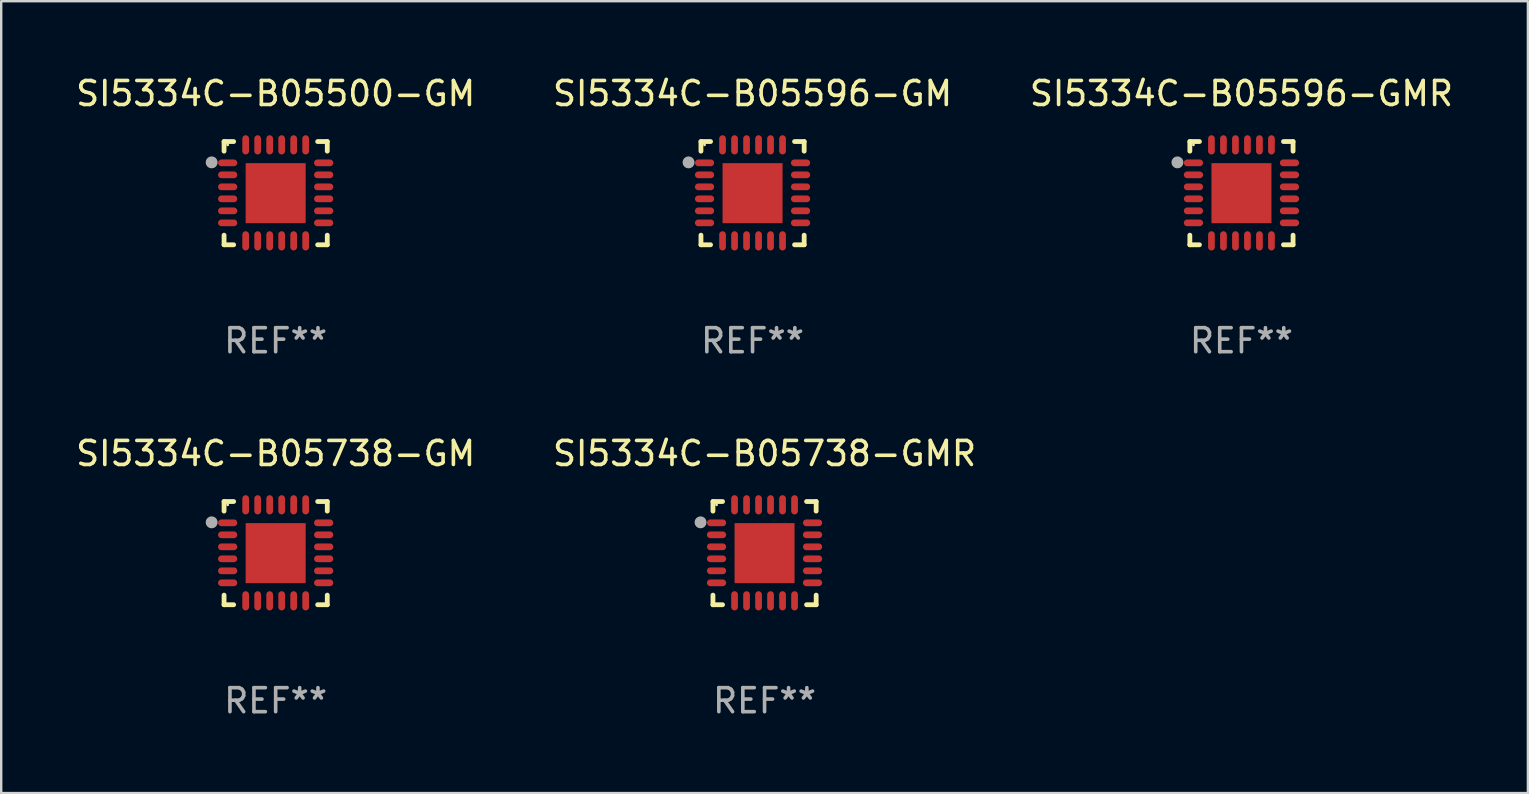
<source format=kicad_pcb>
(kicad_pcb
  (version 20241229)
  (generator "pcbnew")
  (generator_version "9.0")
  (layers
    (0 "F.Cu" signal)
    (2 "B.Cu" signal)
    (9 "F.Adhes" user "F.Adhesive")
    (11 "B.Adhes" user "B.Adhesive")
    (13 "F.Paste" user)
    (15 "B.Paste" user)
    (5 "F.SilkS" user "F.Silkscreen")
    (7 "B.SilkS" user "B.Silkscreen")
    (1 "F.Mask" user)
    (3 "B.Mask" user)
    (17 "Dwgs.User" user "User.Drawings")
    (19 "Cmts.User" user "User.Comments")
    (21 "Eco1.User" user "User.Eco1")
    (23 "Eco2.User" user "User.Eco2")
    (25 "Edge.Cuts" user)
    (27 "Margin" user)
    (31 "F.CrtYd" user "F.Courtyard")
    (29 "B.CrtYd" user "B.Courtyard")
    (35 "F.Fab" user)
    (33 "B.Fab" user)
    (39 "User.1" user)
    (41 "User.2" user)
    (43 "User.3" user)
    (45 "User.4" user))
  (footprint "SI5334C-B05596-GMR"
    (layer "F.Cu")
    (at 48.673 4.998)
    (property "Reference" "SI5334C-B05596-GMR" (at 0 -4.15 0) (layer "F.SilkS") (effects (font (size 1 1) (thickness 0.15))))
    (attr through_hole)
    (fp_line (start -2.15 -2.15) (end -1.75 -2.15) (stroke (width 0.2) (type solid)) (layer "F.SilkS"))
    (fp_line (start -2.15 -1.75) (end -2.15 -2.15) (stroke (width 0.2) (type solid)) (layer "F.SilkS"))
    (fp_line (start -2.15 2.15) (end -2.15 1.75) (stroke (width 0.2) (type solid)) (layer "F.SilkS"))
    (fp_line (start -1.75 2.15) (end -2.15 2.15) (stroke (width 0.2) (type solid)) (layer "F.SilkS"))
    (fp_line (start 1.75 -2.15) (end 2.15 -2.15) (stroke (width 0.2) (type solid)) (layer "F.SilkS"))
    (fp_line (start 1.75 2.15) (end 2.15 2.15) (stroke (width 0.2) (type solid)) (layer "F.SilkS"))
    (fp_line (start 2.15 -2.15) (end 2.15 -1.75) (stroke (width 0.2) (type solid)) (layer "F.SilkS"))
    (fp_line (start 2.15 2.15) (end 2.15 1.75) (stroke (width 0.2) (type solid)) (layer "F.SilkS"))
    (fp_circle (center -2 -2.013) (end -1.97 -2.013) (stroke (width 0.06) (type solid)) (fill no) (layer "F.SilkS"))
    (fp_circle (center -2.667 -1.283) (end -2.542 -1.283) (stroke (width 0.25) (type solid)) (fill no) (layer "F.Fab"))
    (fp_text user "REF**" (at 0 6.15 0) (layer "F.Fab") (effects (font (size 1 1) (thickness 0.15))))
    (pad "1" smd oval (at -2 -1.263) (size 0.8 0.28) (layers "F.Cu" "F.Mask" "F.Paste"))
    (pad "2" smd oval (at -2 -0.763) (size 0.8 0.28) (layers "F.Cu" "F.Mask" "F.Paste"))
    (pad "3" smd oval (at -2 -0.263) (size 0.8 0.28) (layers "F.Cu" "F.Mask" "F.Paste"))
    (pad "4" smd oval (at -2 0.237) (size 0.8 0.28) (layers "F.Cu" "F.Mask" "F.Paste"))
    (pad "5" smd oval (at -2 0.737) (size 0.8 0.28) (layers "F.Cu" "F.Mask" "F.Paste"))
    (pad "6" smd oval (at -2 1.237) (size 0.8 0.28) (layers "F.Cu" "F.Mask" "F.Paste"))
    (pad "7" smd oval (at -1.25 1.987) (size 0.28 0.8) (layers "F.Cu" "F.Mask" "F.Paste"))
    (pad "8" smd oval (at -0.75 1.987) (size 0.28 0.8) (layers "F.Cu" "F.Mask" "F.Paste"))
    (pad "9" smd oval (at -0.25 1.987) (size 0.28 0.8) (layers "F.Cu" "F.Mask" "F.Paste"))
    (pad "10" smd oval (at 0.25 1.987) (size 0.28 0.8) (layers "F.Cu" "F.Mask" "F.Paste"))
    (pad "11" smd oval (at 0.75 1.987) (size 0.28 0.8) (layers "F.Cu" "F.Mask" "F.Paste"))
    (pad "12" smd oval (at 1.25 1.987) (size 0.28 0.8) (layers "F.Cu" "F.Mask" "F.Paste"))
    (pad "13" smd oval (at 2 1.237) (size 0.8 0.28) (layers "F.Cu" "F.Mask" "F.Paste"))
    (pad "14" smd oval (at 2 0.737) (size 0.8 0.28) (layers "F.Cu" "F.Mask" "F.Paste"))
    (pad "15" smd oval (at 2 0.237) (size 0.8 0.28) (layers "F.Cu" "F.Mask" "F.Paste"))
    (pad "16" smd oval (at 2 -0.263) (size 0.8 0.28) (layers "F.Cu" "F.Mask" "F.Paste"))
    (pad "17" smd oval (at 2 -0.763) (size 0.8 0.28) (layers "F.Cu" "F.Mask" "F.Paste"))
    (pad "18" smd oval (at 2 -1.263) (size 0.8 0.28) (layers "F.Cu" "F.Mask" "F.Paste"))
    (pad "19" smd oval (at 1.25 -2.013) (size 0.28 0.8) (layers "F.Cu" "F.Mask" "F.Paste"))
    (pad "20" smd oval (at 0.75 -2.013) (size 0.28 0.8) (layers "F.Cu" "F.Mask" "F.Paste"))
    (pad "21" smd oval (at 0.25 -2.013) (size 0.28 0.8) (layers "F.Cu" "F.Mask" "F.Paste"))
    (pad "22" smd oval (at -0.25 -2.013) (size 0.28 0.8) (layers "F.Cu" "F.Mask" "F.Paste"))
    (pad "23" smd oval (at -0.75 -2.013) (size 0.28 0.8) (layers "F.Cu" "F.Mask" "F.Paste"))
    (pad "24" smd oval (at -1.25 -2.013) (size 0.28 0.8) (layers "F.Cu" "F.Mask" "F.Paste"))
    (pad "25" smd rect (at -0.000127 -0.00014) (size 2.5 2.5) (layers "F.Cu" "F.Mask" "F.Paste")))
  (footprint "SI5334C-B05738-GM"
    (layer "F.Cu")
    (at 8.435 19.995)
    (property "Reference" "SI5334C-B05738-GM" (at 0 -4.15 0) (layer "F.SilkS") (effects (font (size 1 1) (thickness 0.15))))
    (attr through_hole)
    (fp_line (start -2.15 -2.15) (end -1.75 -2.15) (stroke (width 0.2) (type solid)) (layer "F.SilkS"))
    (fp_line (start -2.15 -1.75) (end -2.15 -2.15) (stroke (width 0.2) (type solid)) (layer "F.SilkS"))
    (fp_line (start -2.15 2.15) (end -2.15 1.75) (stroke (width 0.2) (type solid)) (layer "F.SilkS"))
    (fp_line (start -1.75 2.15) (end -2.15 2.15) (stroke (width 0.2) (type solid)) (layer "F.SilkS"))
    (fp_line (start 1.75 -2.15) (end 2.15 -2.15) (stroke (width 0.2) (type solid)) (layer "F.SilkS"))
    (fp_line (start 1.75 2.15) (end 2.15 2.15) (stroke (width 0.2) (type solid)) (layer "F.SilkS"))
    (fp_line (start 2.15 -2.15) (end 2.15 -1.75) (stroke (width 0.2) (type solid)) (layer "F.SilkS"))
    (fp_line (start 2.15 2.15) (end 2.15 1.75) (stroke (width 0.2) (type solid)) (layer "F.SilkS"))
    (fp_circle (center -2 -2.013) (end -1.97 -2.013) (stroke (width 0.06) (type solid)) (fill no) (layer "F.SilkS"))
    (fp_circle (center -2.667 -1.283) (end -2.542 -1.283) (stroke (width 0.25) (type solid)) (fill no) (layer "F.Fab"))
    (fp_text user "REF**" (at 0 6.15 0) (layer "F.Fab") (effects (font (size 1 1) (thickness 0.15))))
    (pad "1" smd oval (at -2 -1.263) (size 0.8 0.28) (layers "F.Cu" "F.Mask" "F.Paste"))
    (pad "2" smd oval (at -2 -0.763) (size 0.8 0.28) (layers "F.Cu" "F.Mask" "F.Paste"))
    (pad "3" smd oval (at -2 -0.263) (size 0.8 0.28) (layers "F.Cu" "F.Mask" "F.Paste"))
    (pad "4" smd oval (at -2 0.237) (size 0.8 0.28) (layers "F.Cu" "F.Mask" "F.Paste"))
    (pad "5" smd oval (at -2 0.737) (size 0.8 0.28) (layers "F.Cu" "F.Mask" "F.Paste"))
    (pad "6" smd oval (at -2 1.237) (size 0.8 0.28) (layers "F.Cu" "F.Mask" "F.Paste"))
    (pad "7" smd oval (at -1.25 1.987) (size 0.28 0.8) (layers "F.Cu" "F.Mask" "F.Paste"))
    (pad "8" smd oval (at -0.75 1.987) (size 0.28 0.8) (layers "F.Cu" "F.Mask" "F.Paste"))
    (pad "9" smd oval (at -0.25 1.987) (size 0.28 0.8) (layers "F.Cu" "F.Mask" "F.Paste"))
    (pad "10" smd oval (at 0.25 1.987) (size 0.28 0.8) (layers "F.Cu" "F.Mask" "F.Paste"))
    (pad "11" smd oval (at 0.75 1.987) (size 0.28 0.8) (layers "F.Cu" "F.Mask" "F.Paste"))
    (pad "12" smd oval (at 1.25 1.987) (size 0.28 0.8) (layers "F.Cu" "F.Mask" "F.Paste"))
    (pad "13" smd oval (at 2 1.237) (size 0.8 0.28) (layers "F.Cu" "F.Mask" "F.Paste"))
    (pad "14" smd oval (at 2 0.737) (size 0.8 0.28) (layers "F.Cu" "F.Mask" "F.Paste"))
    (pad "15" smd oval (at 2 0.237) (size 0.8 0.28) (layers "F.Cu" "F.Mask" "F.Paste"))
    (pad "16" smd oval (at 2 -0.263) (size 0.8 0.28) (layers "F.Cu" "F.Mask" "F.Paste"))
    (pad "17" smd oval (at 2 -0.763) (size 0.8 0.28) (layers "F.Cu" "F.Mask" "F.Paste"))
    (pad "18" smd oval (at 2 -1.263) (size 0.8 0.28) (layers "F.Cu" "F.Mask" "F.Paste"))
    (pad "19" smd oval (at 1.25 -2.013) (size 0.28 0.8) (layers "F.Cu" "F.Mask" "F.Paste"))
    (pad "20" smd oval (at 0.75 -2.013) (size 0.28 0.8) (layers "F.Cu" "F.Mask" "F.Paste"))
    (pad "21" smd oval (at 0.25 -2.013) (size 0.28 0.8) (layers "F.Cu" "F.Mask" "F.Paste"))
    (pad "22" smd oval (at -0.25 -2.013) (size 0.28 0.8) (layers "F.Cu" "F.Mask" "F.Paste"))
    (pad "23" smd oval (at -0.75 -2.013) (size 0.28 0.8) (layers "F.Cu" "F.Mask" "F.Paste"))
    (pad "24" smd oval (at -1.25 -2.013) (size 0.28 0.8) (layers "F.Cu" "F.Mask" "F.Paste"))
    (pad "25" smd rect (at -0.000127 -0.00014) (size 2.5 2.5) (layers "F.Cu" "F.Mask" "F.Paste")))
  (footprint "SI5334C-B05738-GMR"
    (layer "F.Cu")
    (at 28.804 19.995)
    (property "Reference" "SI5334C-B05738-GMR" (at 0 -4.15 0) (layer "F.SilkS") (effects (font (size 1 1) (thickness 0.15))))
    (attr through_hole)
    (fp_line (start -2.15 -2.15) (end -1.75 -2.15) (stroke (width 0.2) (type solid)) (layer "F.SilkS"))
    (fp_line (start -2.15 -1.75) (end -2.15 -2.15) (stroke (width 0.2) (type solid)) (layer "F.SilkS"))
    (fp_line (start -2.15 2.15) (end -2.15 1.75) (stroke (width 0.2) (type solid)) (layer "F.SilkS"))
    (fp_line (start -1.75 2.15) (end -2.15 2.15) (stroke (width 0.2) (type solid)) (layer "F.SilkS"))
    (fp_line (start 1.75 -2.15) (end 2.15 -2.15) (stroke (width 0.2) (type solid)) (layer "F.SilkS"))
    (fp_line (start 1.75 2.15) (end 2.15 2.15) (stroke (width 0.2) (type solid)) (layer "F.SilkS"))
    (fp_line (start 2.15 -2.15) (end 2.15 -1.75) (stroke (width 0.2) (type solid)) (layer "F.SilkS"))
    (fp_line (start 2.15 2.15) (end 2.15 1.75) (stroke (width 0.2) (type solid)) (layer "F.SilkS"))
    (fp_circle (center -2 -2.013) (end -1.97 -2.013) (stroke (width 0.06) (type solid)) (fill no) (layer "F.SilkS"))
    (fp_circle (center -2.667 -1.283) (end -2.542 -1.283) (stroke (width 0.25) (type solid)) (fill no) (layer "F.Fab"))
    (fp_text user "REF**" (at 0 6.15 0) (layer "F.Fab") (effects (font (size 1 1) (thickness 0.15))))
    (pad "1" smd oval (at -2 -1.263) (size 0.8 0.28) (layers "F.Cu" "F.Mask" "F.Paste"))
    (pad "2" smd oval (at -2 -0.763) (size 0.8 0.28) (layers "F.Cu" "F.Mask" "F.Paste"))
    (pad "3" smd oval (at -2 -0.263) (size 0.8 0.28) (layers "F.Cu" "F.Mask" "F.Paste"))
    (pad "4" smd oval (at -2 0.237) (size 0.8 0.28) (layers "F.Cu" "F.Mask" "F.Paste"))
    (pad "5" smd oval (at -2 0.737) (size 0.8 0.28) (layers "F.Cu" "F.Mask" "F.Paste"))
    (pad "6" smd oval (at -2 1.237) (size 0.8 0.28) (layers "F.Cu" "F.Mask" "F.Paste"))
    (pad "7" smd oval (at -1.25 1.987) (size 0.28 0.8) (layers "F.Cu" "F.Mask" "F.Paste"))
    (pad "8" smd oval (at -0.75 1.987) (size 0.28 0.8) (layers "F.Cu" "F.Mask" "F.Paste"))
    (pad "9" smd oval (at -0.25 1.987) (size 0.28 0.8) (layers "F.Cu" "F.Mask" "F.Paste"))
    (pad "10" smd oval (at 0.25 1.987) (size 0.28 0.8) (layers "F.Cu" "F.Mask" "F.Paste"))
    (pad "11" smd oval (at 0.75 1.987) (size 0.28 0.8) (layers "F.Cu" "F.Mask" "F.Paste"))
    (pad "12" smd oval (at 1.25 1.987) (size 0.28 0.8) (layers "F.Cu" "F.Mask" "F.Paste"))
    (pad "13" smd oval (at 2 1.237) (size 0.8 0.28) (layers "F.Cu" "F.Mask" "F.Paste"))
    (pad "14" smd oval (at 2 0.737) (size 0.8 0.28) (layers "F.Cu" "F.Mask" "F.Paste"))
    (pad "15" smd oval (at 2 0.237) (size 0.8 0.28) (layers "F.Cu" "F.Mask" "F.Paste"))
    (pad "16" smd oval (at 2 -0.263) (size 0.8 0.28) (layers "F.Cu" "F.Mask" "F.Paste"))
    (pad "17" smd oval (at 2 -0.763) (size 0.8 0.28) (layers "F.Cu" "F.Mask" "F.Paste"))
    (pad "18" smd oval (at 2 -1.263) (size 0.8 0.28) (layers "F.Cu" "F.Mask" "F.Paste"))
    (pad "19" smd oval (at 1.25 -2.013) (size 0.28 0.8) (layers "F.Cu" "F.Mask" "F.Paste"))
    (pad "20" smd oval (at 0.75 -2.013) (size 0.28 0.8) (layers "F.Cu" "F.Mask" "F.Paste"))
    (pad "21" smd oval (at 0.25 -2.013) (size 0.28 0.8) (layers "F.Cu" "F.Mask" "F.Paste"))
    (pad "22" smd oval (at -0.25 -2.013) (size 0.28 0.8) (layers "F.Cu" "F.Mask" "F.Paste"))
    (pad "23" smd oval (at -0.75 -2.013) (size 0.28 0.8) (layers "F.Cu" "F.Mask" "F.Paste"))
    (pad "24" smd oval (at -1.25 -2.013) (size 0.28 0.8) (layers "F.Cu" "F.Mask" "F.Paste"))
    (pad "25" smd rect (at -0.000127 -0.00014) (size 2.5 2.5) (layers "F.Cu" "F.Mask" "F.Paste")))
  (footprint "SI5334C-B05500-GM"
    (layer "F.Cu")
    (at 8.435 4.998)
    (property "Reference" "SI5334C-B05500-GM" (at 0 -4.15 0) (layer "F.SilkS") (effects (font (size 1 1) (thickness 0.15))))
    (attr through_hole)
    (fp_line (start -2.15 -2.15) (end -1.75 -2.15) (stroke (width 0.2) (type solid)) (layer "F.SilkS"))
    (fp_line (start -2.15 -1.75) (end -2.15 -2.15) (stroke (width 0.2) (type solid)) (layer "F.SilkS"))
    (fp_line (start -2.15 2.15) (end -2.15 1.75) (stroke (width 0.2) (type solid)) (layer "F.SilkS"))
    (fp_line (start -1.75 2.15) (end -2.15 2.15) (stroke (width 0.2) (type solid)) (layer "F.SilkS"))
    (fp_line (start 1.75 -2.15) (end 2.15 -2.15) (stroke (width 0.2) (type solid)) (layer "F.SilkS"))
    (fp_line (start 1.75 2.15) (end 2.15 2.15) (stroke (width 0.2) (type solid)) (layer "F.SilkS"))
    (fp_line (start 2.15 -2.15) (end 2.15 -1.75) (stroke (width 0.2) (type solid)) (layer "F.SilkS"))
    (fp_line (start 2.15 2.15) (end 2.15 1.75) (stroke (width 0.2) (type solid)) (layer "F.SilkS"))
    (fp_circle (center -2 -2.013) (end -1.97 -2.013) (stroke (width 0.06) (type solid)) (fill no) (layer "F.SilkS"))
    (fp_circle (center -2.667 -1.283) (end -2.542 -1.283) (stroke (width 0.25) (type solid)) (fill no) (layer "F.Fab"))
    (fp_text user "REF**" (at 0 6.15 0) (layer "F.Fab") (effects (font (size 1 1) (thickness 0.15))))
    (pad "1" smd oval (at -2 -1.263) (size 0.8 0.28) (layers "F.Cu" "F.Mask" "F.Paste"))
    (pad "2" smd oval (at -2 -0.763) (size 0.8 0.28) (layers "F.Cu" "F.Mask" "F.Paste"))
    (pad "3" smd oval (at -2 -0.263) (size 0.8 0.28) (layers "F.Cu" "F.Mask" "F.Paste"))
    (pad "4" smd oval (at -2 0.237) (size 0.8 0.28) (layers "F.Cu" "F.Mask" "F.Paste"))
    (pad "5" smd oval (at -2 0.737) (size 0.8 0.28) (layers "F.Cu" "F.Mask" "F.Paste"))
    (pad "6" smd oval (at -2 1.237) (size 0.8 0.28) (layers "F.Cu" "F.Mask" "F.Paste"))
    (pad "7" smd oval (at -1.25 1.987) (size 0.28 0.8) (layers "F.Cu" "F.Mask" "F.Paste"))
    (pad "8" smd oval (at -0.75 1.987) (size 0.28 0.8) (layers "F.Cu" "F.Mask" "F.Paste"))
    (pad "9" smd oval (at -0.25 1.987) (size 0.28 0.8) (layers "F.Cu" "F.Mask" "F.Paste"))
    (pad "10" smd oval (at 0.25 1.987) (size 0.28 0.8) (layers "F.Cu" "F.Mask" "F.Paste"))
    (pad "11" smd oval (at 0.75 1.987) (size 0.28 0.8) (layers "F.Cu" "F.Mask" "F.Paste"))
    (pad "12" smd oval (at 1.25 1.987) (size 0.28 0.8) (layers "F.Cu" "F.Mask" "F.Paste"))
    (pad "13" smd oval (at 2 1.237) (size 0.8 0.28) (layers "F.Cu" "F.Mask" "F.Paste"))
    (pad "14" smd oval (at 2 0.737) (size 0.8 0.28) (layers "F.Cu" "F.Mask" "F.Paste"))
    (pad "15" smd oval (at 2 0.237) (size 0.8 0.28) (layers "F.Cu" "F.Mask" "F.Paste"))
    (pad "16" smd oval (at 2 -0.263) (size 0.8 0.28) (layers "F.Cu" "F.Mask" "F.Paste"))
    (pad "17" smd oval (at 2 -0.763) (size 0.8 0.28) (layers "F.Cu" "F.Mask" "F.Paste"))
    (pad "18" smd oval (at 2 -1.263) (size 0.8 0.28) (layers "F.Cu" "F.Mask" "F.Paste"))
    (pad "19" smd oval (at 1.25 -2.013) (size 0.28 0.8) (layers "F.Cu" "F.Mask" "F.Paste"))
    (pad "20" smd oval (at 0.75 -2.013) (size 0.28 0.8) (layers "F.Cu" "F.Mask" "F.Paste"))
    (pad "21" smd oval (at 0.25 -2.013) (size 0.28 0.8) (layers "F.Cu" "F.Mask" "F.Paste"))
    (pad "22" smd oval (at -0.25 -2.013) (size 0.28 0.8) (layers "F.Cu" "F.Mask" "F.Paste"))
    (pad "23" smd oval (at -0.75 -2.013) (size 0.28 0.8) (layers "F.Cu" "F.Mask" "F.Paste"))
    (pad "24" smd oval (at -1.25 -2.013) (size 0.28 0.8) (layers "F.Cu" "F.Mask" "F.Paste"))
    (pad "25" smd rect (at -0.000127 -0.00014) (size 2.5 2.5) (layers "F.Cu" "F.Mask" "F.Paste")))
  (footprint "SI5334C-B05596-GM"
    (layer "F.Cu")
    (at 28.304 4.998)
    (property "Reference" "SI5334C-B05596-GM" (at 0 -4.15 0) (layer "F.SilkS") (effects (font (size 1 1) (thickness 0.15))))
    (attr through_hole)
    (fp_line (start -2.15 -2.15) (end -1.75 -2.15) (stroke (width 0.2) (type solid)) (layer "F.SilkS"))
    (fp_line (start -2.15 -1.75) (end -2.15 -2.15) (stroke (width 0.2) (type solid)) (layer "F.SilkS"))
    (fp_line (start -2.15 2.15) (end -2.15 1.75) (stroke (width 0.2) (type solid)) (layer "F.SilkS"))
    (fp_line (start -1.75 2.15) (end -2.15 2.15) (stroke (width 0.2) (type solid)) (layer "F.SilkS"))
    (fp_line (start 1.75 -2.15) (end 2.15 -2.15) (stroke (width 0.2) (type solid)) (layer "F.SilkS"))
    (fp_line (start 1.75 2.15) (end 2.15 2.15) (stroke (width 0.2) (type solid)) (layer "F.SilkS"))
    (fp_line (start 2.15 -2.15) (end 2.15 -1.75) (stroke (width 0.2) (type solid)) (layer "F.SilkS"))
    (fp_line (start 2.15 2.15) (end 2.15 1.75) (stroke (width 0.2) (type solid)) (layer "F.SilkS"))
    (fp_circle (center -2 -2.013) (end -1.97 -2.013) (stroke (width 0.06) (type solid)) (fill no) (layer "F.SilkS"))
    (fp_circle (center -2.667 -1.283) (end -2.542 -1.283) (stroke (width 0.25) (type solid)) (fill no) (layer "F.Fab"))
    (fp_text user "REF**" (at 0 6.15 0) (layer "F.Fab") (effects (font (size 1 1) (thickness 0.15))))
    (pad "1" smd oval (at -2 -1.263) (size 0.8 0.28) (layers "F.Cu" "F.Mask" "F.Paste"))
    (pad "2" smd oval (at -2 -0.763) (size 0.8 0.28) (layers "F.Cu" "F.Mask" "F.Paste"))
    (pad "3" smd oval (at -2 -0.263) (size 0.8 0.28) (layers "F.Cu" "F.Mask" "F.Paste"))
    (pad "4" smd oval (at -2 0.237) (size 0.8 0.28) (layers "F.Cu" "F.Mask" "F.Paste"))
    (pad "5" smd oval (at -2 0.737) (size 0.8 0.28) (layers "F.Cu" "F.Mask" "F.Paste"))
    (pad "6" smd oval (at -2 1.237) (size 0.8 0.28) (layers "F.Cu" "F.Mask" "F.Paste"))
    (pad "7" smd oval (at -1.25 1.987) (size 0.28 0.8) (layers "F.Cu" "F.Mask" "F.Paste"))
    (pad "8" smd oval (at -0.75 1.987) (size 0.28 0.8) (layers "F.Cu" "F.Mask" "F.Paste"))
    (pad "9" smd oval (at -0.25 1.987) (size 0.28 0.8) (layers "F.Cu" "F.Mask" "F.Paste"))
    (pad "10" smd oval (at 0.25 1.987) (size 0.28 0.8) (layers "F.Cu" "F.Mask" "F.Paste"))
    (pad "11" smd oval (at 0.75 1.987) (size 0.28 0.8) (layers "F.Cu" "F.Mask" "F.Paste"))
    (pad "12" smd oval (at 1.25 1.987) (size 0.28 0.8) (layers "F.Cu" "F.Mask" "F.Paste"))
    (pad "13" smd oval (at 2 1.237) (size 0.8 0.28) (layers "F.Cu" "F.Mask" "F.Paste"))
    (pad "14" smd oval (at 2 0.737) (size 0.8 0.28) (layers "F.Cu" "F.Mask" "F.Paste"))
    (pad "15" smd oval (at 2 0.237) (size 0.8 0.28) (layers "F.Cu" "F.Mask" "F.Paste"))
    (pad "16" smd oval (at 2 -0.263) (size 0.8 0.28) (layers "F.Cu" "F.Mask" "F.Paste"))
    (pad "17" smd oval (at 2 -0.763) (size 0.8 0.28) (layers "F.Cu" "F.Mask" "F.Paste"))
    (pad "18" smd oval (at 2 -1.263) (size 0.8 0.28) (layers "F.Cu" "F.Mask" "F.Paste"))
    (pad "19" smd oval (at 1.25 -2.013) (size 0.28 0.8) (layers "F.Cu" "F.Mask" "F.Paste"))
    (pad "20" smd oval (at 0.75 -2.013) (size 0.28 0.8) (layers "F.Cu" "F.Mask" "F.Paste"))
    (pad "21" smd oval (at 0.25 -2.013) (size 0.28 0.8) (layers "F.Cu" "F.Mask" "F.Paste"))
    (pad "22" smd oval (at -0.25 -2.013) (size 0.28 0.8) (layers "F.Cu" "F.Mask" "F.Paste"))
    (pad "23" smd oval (at -0.75 -2.013) (size 0.28 0.8) (layers "F.Cu" "F.Mask" "F.Paste"))
    (pad "24" smd oval (at -1.25 -2.013) (size 0.28 0.8) (layers "F.Cu" "F.Mask" "F.Paste"))
    (pad "25" smd rect (at -0.000127 -0.00014) (size 2.5 2.5) (layers "F.Cu" "F.Mask" "F.Paste")))
  (gr_rect
    (start -3 -3)
    (end 60.607 29.993)
    (stroke (width 0.1) (type default))
    (fill no)
    (layer "Edge.Cuts")))
</source>
